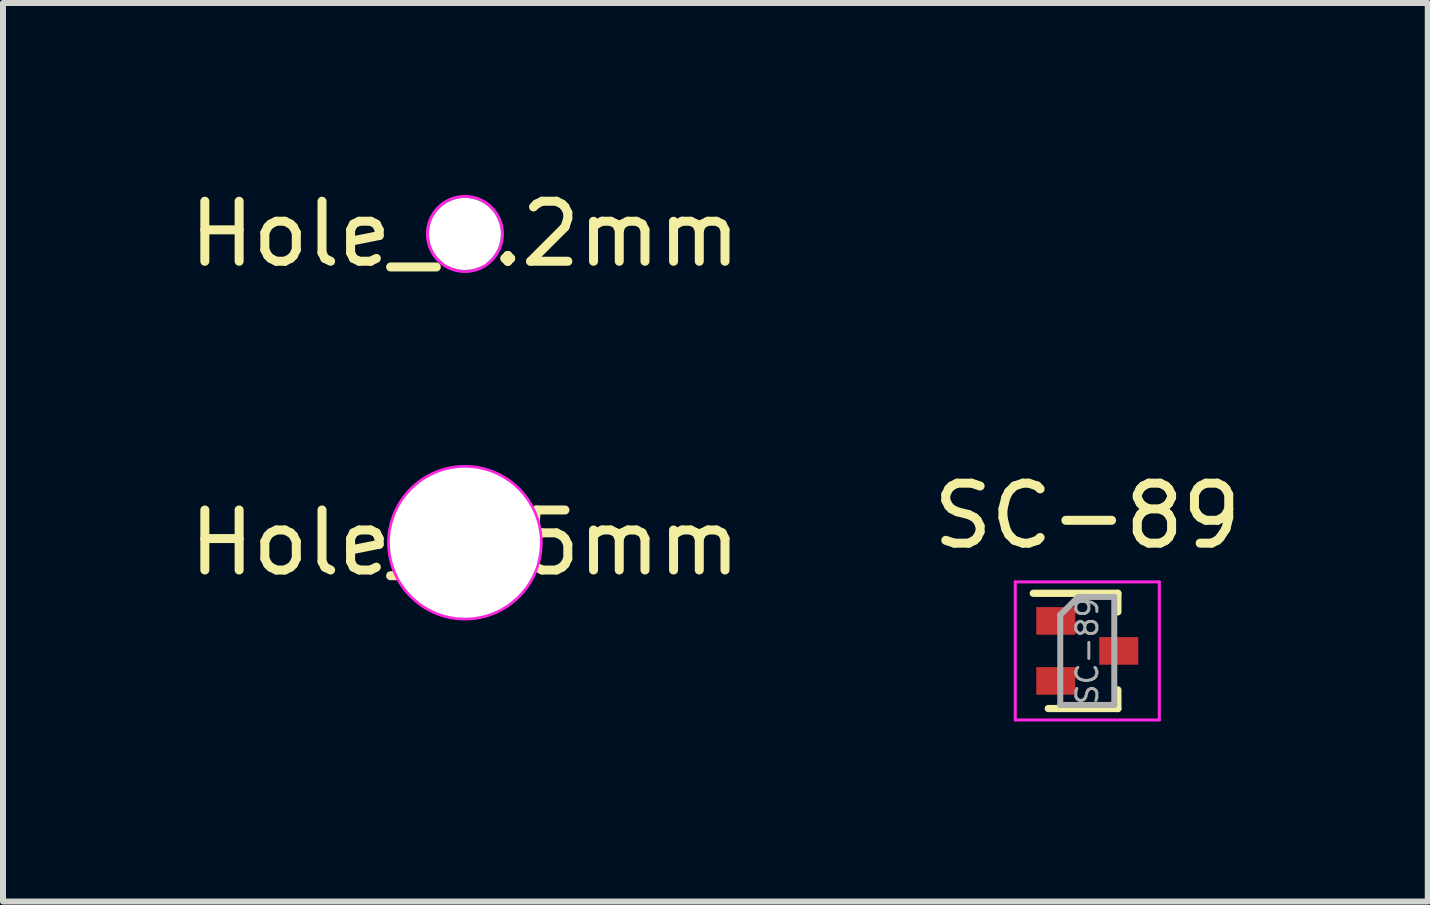
<source format=kicad_pcb>
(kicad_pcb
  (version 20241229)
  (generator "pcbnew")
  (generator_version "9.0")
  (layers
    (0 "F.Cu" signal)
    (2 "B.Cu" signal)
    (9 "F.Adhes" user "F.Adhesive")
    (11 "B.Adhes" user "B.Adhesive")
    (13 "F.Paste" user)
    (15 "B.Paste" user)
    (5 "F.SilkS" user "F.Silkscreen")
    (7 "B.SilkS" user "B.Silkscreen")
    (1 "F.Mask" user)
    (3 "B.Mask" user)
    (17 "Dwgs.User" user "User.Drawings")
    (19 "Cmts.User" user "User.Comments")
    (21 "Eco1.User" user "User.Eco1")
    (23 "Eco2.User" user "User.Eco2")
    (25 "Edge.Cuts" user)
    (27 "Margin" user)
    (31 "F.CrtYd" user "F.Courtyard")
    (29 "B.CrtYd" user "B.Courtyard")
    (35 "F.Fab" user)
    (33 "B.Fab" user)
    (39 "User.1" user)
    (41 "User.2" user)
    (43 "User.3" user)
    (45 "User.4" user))
  (footprint "Hole_2.5mm"
    (layer "F.Cu")
    (at 4.696 5.992)
    (property "Reference" "Hole_2.5mm" (at 0 0 0) (layer "F.SilkS") (effects (font (size 1 1) (thickness 0.15))))
    (attr exclude_from_pos_files exclude_from_bom)
    (fp_circle (center 0 0) (end 1.27 0) (stroke (width 0.05) (type solid)) (fill no) (layer "F.CrtYd"))
    (pad "" np_thru_hole circle (at 0 0) (size 2.5 2.5) (drill 2.5) (layers "*.Cu" "*.Mask")))
  (footprint "Hole_1.2mm"
    (layer "F.Cu")
    (at 4.696 0.848)
    (property "Reference" "Hole_1.2mm" (at 0 0 0) (layer "F.SilkS") (effects (font (size 1 1) (thickness 0.15))))
    (attr exclude_from_pos_files exclude_from_bom)
    (fp_circle (center 0 0) (end 0.625 0) (stroke (width 0.05) (type solid)) (fill no) (layer "F.CrtYd"))
    (pad "" np_thru_hole circle (at 0 0) (size 1.2 1.2) (drill 1.2) (layers "*.Cu" "*.Mask")))
  (footprint "SC-89"
    (layer "F.Cu")
    (at 15.065 7.795)
    (property "Reference" "SC-89" (at 0 -2.25 0) (layer "F.SilkS") (effects (font (size 1 1) (thickness 0.15))))
    (attr smd)
    (fp_line (start 0.51 -0.96) (end -0.9 -0.96) (stroke (width 0.12) (type solid)) (layer "F.SilkS"))
    (fp_line (start 0.51 -0.96) (end 0.51 -0.65) (stroke (width 0.12) (type solid)) (layer "F.SilkS"))
    (fp_line (start 0.51 0.96) (end -0.65 0.96) (stroke (width 0.12) (type solid)) (layer "F.SilkS"))
    (fp_line (start 0.51 0.96) (end 0.51 0.65) (stroke (width 0.12) (type solid)) (layer "F.SilkS"))
    (fp_line (start -1.2 -1.15) (end 1.2 -1.15) (stroke (width 0.05) (type solid)) (layer "F.CrtYd"))
    (fp_line (start -1.2 1.15) (end -1.2 -1.15) (stroke (width 0.05) (type solid)) (layer "F.CrtYd"))
    (fp_line (start 1.2 -1.15) (end 1.2 1.15) (stroke (width 0.05) (type solid)) (layer "F.CrtYd"))
    (fp_line (start 1.2 1.15) (end -1.2 1.15) (stroke (width 0.05) (type solid)) (layer "F.CrtYd"))
    (fp_line (start -0.45 -0.6) (end -0.45 0.9) (stroke (width 0.1) (type solid)) (layer "F.Fab"))
    (fp_line (start -0.45 0.9) (end 0.45 0.9) (stroke (width 0.1) (type solid)) (layer "F.Fab"))
    (fp_line (start -0.15 -0.9) (end -0.45 -0.6) (stroke (width 0.1) (type solid)) (layer "F.Fab"))
    (fp_line (start -0.15 -0.9) (end 0.45 -0.9) (stroke (width 0.1) (type solid)) (layer "F.Fab"))
    (fp_line (start 0.45 -0.9) (end 0.45 0.9) (stroke (width 0.1) (type solid)) (layer "F.Fab"))
    (fp_text user "${REFERENCE}" (at 0 0 90) (layer "F.Fab") (effects (font (size 0.35 0.35) (thickness 0.05))))
    (pad "1" smd rect (at -0.525 -0.5) (size 0.65 0.46) (layers "F.Cu" "F.Mask" "F.Paste"))
    (pad "2" smd rect (at -0.525 0.5) (size 0.65 0.46) (layers "F.Cu" "F.Mask" "F.Paste"))
    (pad "3" smd rect (at 0.525 0) (size 0.65 0.46) (layers "F.Cu" "F.Mask" "F.Paste")))
  (gr_rect
    (start -3 -3)
    (end 20.738 11.97)
    (stroke (width 0.1) (type default))
    (fill no)
    (layer "Edge.Cuts")))
</source>
